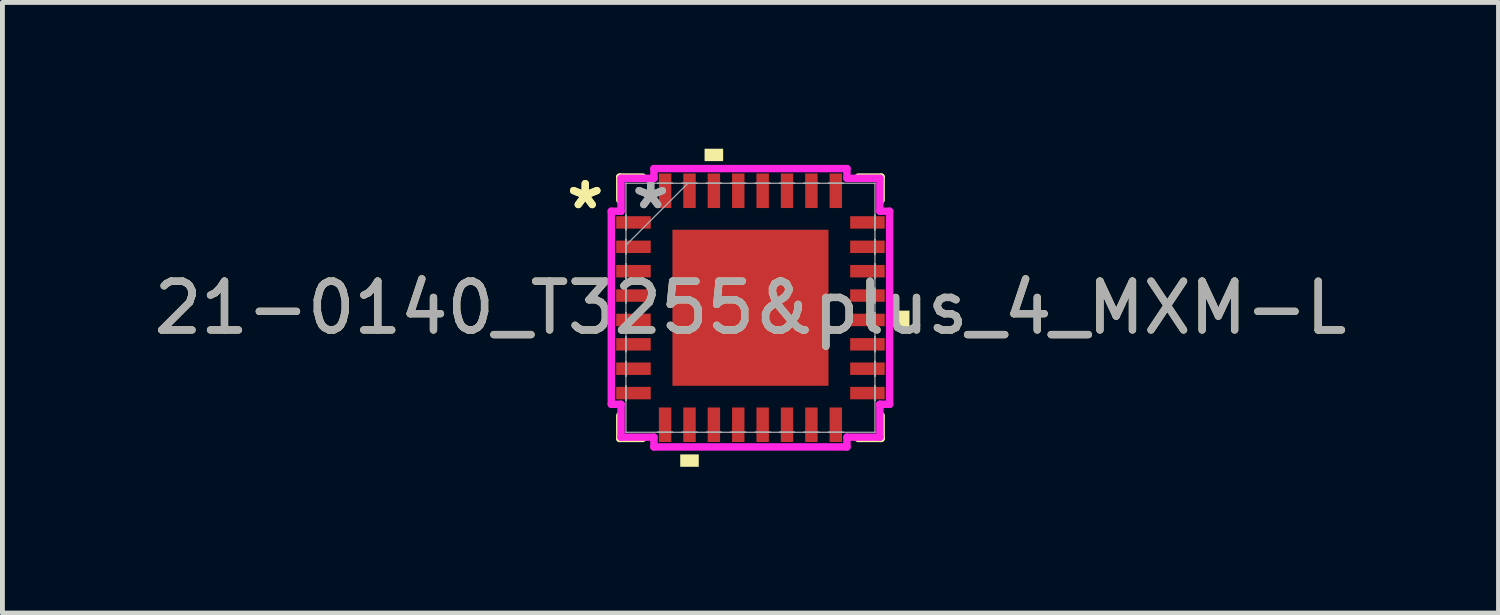
<source format=kicad_pcb>
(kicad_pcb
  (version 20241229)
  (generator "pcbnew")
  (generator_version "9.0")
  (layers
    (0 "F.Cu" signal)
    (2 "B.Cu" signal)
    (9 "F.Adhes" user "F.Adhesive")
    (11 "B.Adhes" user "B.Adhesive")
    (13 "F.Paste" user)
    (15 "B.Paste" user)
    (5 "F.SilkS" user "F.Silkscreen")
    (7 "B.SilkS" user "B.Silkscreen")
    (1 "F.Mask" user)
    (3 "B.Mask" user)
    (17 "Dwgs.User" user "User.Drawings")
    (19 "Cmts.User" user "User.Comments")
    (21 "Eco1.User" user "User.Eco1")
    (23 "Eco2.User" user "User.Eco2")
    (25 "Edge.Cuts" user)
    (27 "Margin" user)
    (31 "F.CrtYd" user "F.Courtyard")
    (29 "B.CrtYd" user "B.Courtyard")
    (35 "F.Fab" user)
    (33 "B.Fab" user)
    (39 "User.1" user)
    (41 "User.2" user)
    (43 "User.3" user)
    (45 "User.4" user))
  (footprint "21-0140_T3255&plus_4_MXM-L"
    (layer "F.Cu")
    (at 12.339 3.261)
    (property "Reference" "21-0140_T3255&plus_4_MXM-L" (at 0 0 0) (unlocked yes) (layer "F.SilkS") (effects (font (size 1 1) (thickness 0.15))))
    (attr smd)
    (fp_line (start -2.68 -2.68) (end -2.68 -2.21) (stroke (width 0.152) (type solid)) (layer "F.SilkS"))
    (fp_line (start -2.68 2.21) (end -2.68 2.68) (stroke (width 0.152) (type solid)) (layer "F.SilkS"))
    (fp_line (start -2.68 2.68) (end -2.21 2.68) (stroke (width 0.152) (type solid)) (layer "F.SilkS"))
    (fp_line (start -2.21 -2.68) (end -2.68 -2.68) (stroke (width 0.152) (type solid)) (layer "F.SilkS"))
    (fp_line (start 2.21 2.68) (end 2.68 2.68) (stroke (width 0.152) (type solid)) (layer "F.SilkS"))
    (fp_line (start 2.68 -2.68) (end 2.21 -2.68) (stroke (width 0.152) (type solid)) (layer "F.SilkS"))
    (fp_line (start 2.68 -2.21) (end 2.68 -2.68) (stroke (width 0.152) (type solid)) (layer "F.SilkS"))
    (fp_line (start 2.68 2.68) (end 2.68 2.21) (stroke (width 0.152) (type solid)) (layer "F.SilkS"))
    (fp_poly (pts (xy -1.44 3.007) (xy -1.44 3.261) (xy -1.06 3.261) (xy -1.06 3.007)) (stroke (width 0) (type solid)) (fill yes) (layer "F.SilkS"))
    (fp_poly (pts (xy -0.941 -3.007) (xy -0.941 -3.261) (xy -0.56 -3.261) (xy -0.56 -3.007)) (stroke (width 0) (type solid)) (fill yes) (layer "F.SilkS"))
    (fp_poly (pts (xy 3.261 0.059) (xy 3.261 0.441) (xy 3.007 0.441) (xy 3.007 0.059)) (stroke (width 0) (type solid)) (fill yes) (layer "F.SilkS"))
    (fp_poly (pts (xy -1.5 -1.5) (xy -1.5 -0.1) (xy -0.1 -0.1) (xy -0.1 -1.5)) (stroke (width 0) (type solid)) (fill yes) (layer "F.Paste"))
    (fp_poly (pts (xy -1.5 0.1) (xy -1.5 1.5) (xy -0.1 1.5) (xy -0.1 0.1)) (stroke (width 0) (type solid)) (fill yes) (layer "F.Paste"))
    (fp_poly (pts (xy 0.1 -1.5) (xy 0.1 -0.1) (xy 1.5 -0.1) (xy 1.5 -1.5)) (stroke (width 0) (type solid)) (fill yes) (layer "F.Paste"))
    (fp_poly (pts (xy 0.1 0.1) (xy 0.1 1.5) (xy 1.5 1.5) (xy 1.5 0.1)) (stroke (width 0) (type solid)) (fill yes) (layer "F.Paste"))
    (fp_line (start -2.854 -1.979) (end -2.654 -1.979) (stroke (width 0.152) (type solid)) (layer "F.CrtYd"))
    (fp_line (start -2.854 1.979) (end -2.854 -1.979) (stroke (width 0.152) (type solid)) (layer "F.CrtYd"))
    (fp_line (start -2.654 -2.654) (end -1.979 -2.654) (stroke (width 0.152) (type solid)) (layer "F.CrtYd"))
    (fp_line (start -2.654 -1.979) (end -2.654 -2.654) (stroke (width 0.152) (type solid)) (layer "F.CrtYd"))
    (fp_line (start -2.654 1.979) (end -2.854 1.979) (stroke (width 0.152) (type solid)) (layer "F.CrtYd"))
    (fp_line (start -2.654 2.654) (end -2.654 1.979) (stroke (width 0.152) (type solid)) (layer "F.CrtYd"))
    (fp_line (start -1.979 -2.854) (end 1.979 -2.854) (stroke (width 0.152) (type solid)) (layer "F.CrtYd"))
    (fp_line (start -1.979 -2.654) (end -1.979 -2.854) (stroke (width 0.152) (type solid)) (layer "F.CrtYd"))
    (fp_line (start -1.979 2.654) (end -2.654 2.654) (stroke (width 0.152) (type solid)) (layer "F.CrtYd"))
    (fp_line (start -1.979 2.854) (end -1.979 2.654) (stroke (width 0.152) (type solid)) (layer "F.CrtYd"))
    (fp_line (start 1.979 -2.854) (end 1.979 -2.654) (stroke (width 0.152) (type solid)) (layer "F.CrtYd"))
    (fp_line (start 1.979 -2.654) (end 2.654 -2.654) (stroke (width 0.152) (type solid)) (layer "F.CrtYd"))
    (fp_line (start 1.979 2.654) (end 1.979 2.854) (stroke (width 0.152) (type solid)) (layer "F.CrtYd"))
    (fp_line (start 1.979 2.854) (end -1.979 2.854) (stroke (width 0.152) (type solid)) (layer "F.CrtYd"))
    (fp_line (start 2.654 -2.654) (end 2.654 -1.979) (stroke (width 0.152) (type solid)) (layer "F.CrtYd"))
    (fp_line (start 2.654 -1.979) (end 2.854 -1.979) (stroke (width 0.152) (type solid)) (layer "F.CrtYd"))
    (fp_line (start 2.654 1.979) (end 2.654 2.654) (stroke (width 0.152) (type solid)) (layer "F.CrtYd"))
    (fp_line (start 2.654 2.654) (end 1.979 2.654) (stroke (width 0.152) (type solid)) (layer "F.CrtYd"))
    (fp_line (start 2.854 -1.979) (end 2.854 1.979) (stroke (width 0.152) (type solid)) (layer "F.CrtYd"))
    (fp_line (start 2.854 1.979) (end 2.654 1.979) (stroke (width 0.152) (type solid)) (layer "F.CrtYd"))
    (fp_line (start -2.553 -2.553) (end -2.553 -2.553) (stroke (width 0.025) (type solid)) (layer "F.Fab"))
    (fp_line (start -2.553 -2.553) (end -2.553 2.553) (stroke (width 0.025) (type solid)) (layer "F.Fab"))
    (fp_line (start -2.553 -1.902) (end -2.553 -1.902) (stroke (width 0.025) (type solid)) (layer "F.Fab"))
    (fp_line (start -2.553 -1.902) (end -2.553 -1.598) (stroke (width 0.025) (type solid)) (layer "F.Fab"))
    (fp_line (start -2.553 -1.598) (end -2.553 -1.902) (stroke (width 0.025) (type solid)) (layer "F.Fab"))
    (fp_line (start -2.553 -1.598) (end -2.553 -1.598) (stroke (width 0.025) (type solid)) (layer "F.Fab"))
    (fp_line (start -2.553 -1.402) (end -2.553 -1.402) (stroke (width 0.025) (type solid)) (layer "F.Fab"))
    (fp_line (start -2.553 -1.402) (end -2.553 -1.098) (stroke (width 0.025) (type solid)) (layer "F.Fab"))
    (fp_line (start -2.553 -1.283) (end -1.283 -2.553) (stroke (width 0.025) (type solid)) (layer "F.Fab"))
    (fp_line (start -2.553 -1.098) (end -2.553 -1.402) (stroke (width 0.025) (type solid)) (layer "F.Fab"))
    (fp_line (start -2.553 -1.098) (end -2.553 -1.098) (stroke (width 0.025) (type solid)) (layer "F.Fab"))
    (fp_line (start -2.553 -0.902) (end -2.553 -0.902) (stroke (width 0.025) (type solid)) (layer "F.Fab"))
    (fp_line (start -2.553 -0.902) (end -2.553 -0.598) (stroke (width 0.025) (type solid)) (layer "F.Fab"))
    (fp_line (start -2.553 -0.598) (end -2.553 -0.902) (stroke (width 0.025) (type solid)) (layer "F.Fab"))
    (fp_line (start -2.553 -0.598) (end -2.553 -0.598) (stroke (width 0.025) (type solid)) (layer "F.Fab"))
    (fp_line (start -2.553 -0.402) (end -2.553 -0.402) (stroke (width 0.025) (type solid)) (layer "F.Fab"))
    (fp_line (start -2.553 -0.402) (end -2.553 -0.098) (stroke (width 0.025) (type solid)) (layer "F.Fab"))
    (fp_line (start -2.553 -0.098) (end -2.553 -0.402) (stroke (width 0.025) (type solid)) (layer "F.Fab"))
    (fp_line (start -2.553 -0.098) (end -2.553 -0.098) (stroke (width 0.025) (type solid)) (layer "F.Fab"))
    (fp_line (start -2.553 0.098) (end -2.553 0.098) (stroke (width 0.025) (type solid)) (layer "F.Fab"))
    (fp_line (start -2.553 0.098) (end -2.553 0.402) (stroke (width 0.025) (type solid)) (layer "F.Fab"))
    (fp_line (start -2.553 0.402) (end -2.553 0.098) (stroke (width 0.025) (type solid)) (layer "F.Fab"))
    (fp_line (start -2.553 0.402) (end -2.553 0.402) (stroke (width 0.025) (type solid)) (layer "F.Fab"))
    (fp_line (start -2.553 0.598) (end -2.553 0.598) (stroke (width 0.025) (type solid)) (layer "F.Fab"))
    (fp_line (start -2.553 0.598) (end -2.553 0.902) (stroke (width 0.025) (type solid)) (layer "F.Fab"))
    (fp_line (start -2.553 0.902) (end -2.553 0.598) (stroke (width 0.025) (type solid)) (layer "F.Fab"))
    (fp_line (start -2.553 0.902) (end -2.553 0.902) (stroke (width 0.025) (type solid)) (layer "F.Fab"))
    (fp_line (start -2.553 1.098) (end -2.553 1.098) (stroke (width 0.025) (type solid)) (layer "F.Fab"))
    (fp_line (start -2.553 1.098) (end -2.553 1.402) (stroke (width 0.025) (type solid)) (layer "F.Fab"))
    (fp_line (start -2.553 1.402) (end -2.553 1.098) (stroke (width 0.025) (type solid)) (layer "F.Fab"))
    (fp_line (start -2.553 1.402) (end -2.553 1.402) (stroke (width 0.025) (type solid)) (layer "F.Fab"))
    (fp_line (start -2.553 1.598) (end -2.553 1.598) (stroke (width 0.025) (type solid)) (layer "F.Fab"))
    (fp_line (start -2.553 1.598) (end -2.553 1.902) (stroke (width 0.025) (type solid)) (layer "F.Fab"))
    (fp_line (start -2.553 1.902) (end -2.553 1.598) (stroke (width 0.025) (type solid)) (layer "F.Fab"))
    (fp_line (start -2.553 1.902) (end -2.553 1.902) (stroke (width 0.025) (type solid)) (layer "F.Fab"))
    (fp_line (start -2.553 2.553) (end -2.553 2.553) (stroke (width 0.025) (type solid)) (layer "F.Fab"))
    (fp_line (start -2.553 2.553) (end 2.553 2.553) (stroke (width 0.025) (type solid)) (layer "F.Fab"))
    (fp_line (start -1.902 -2.553) (end -1.902 -2.553) (stroke (width 0.025) (type solid)) (layer "F.Fab"))
    (fp_line (start -1.902 -2.553) (end -1.598 -2.553) (stroke (width 0.025) (type solid)) (layer "F.Fab"))
    (fp_line (start -1.902 2.553) (end -1.902 2.553) (stroke (width 0.025) (type solid)) (layer "F.Fab"))
    (fp_line (start -1.902 2.553) (end -1.598 2.553) (stroke (width 0.025) (type solid)) (layer "F.Fab"))
    (fp_line (start -1.598 -2.553) (end -1.902 -2.553) (stroke (width 0.025) (type solid)) (layer "F.Fab"))
    (fp_line (start -1.598 -2.553) (end -1.598 -2.553) (stroke (width 0.025) (type solid)) (layer "F.Fab"))
    (fp_line (start -1.598 2.553) (end -1.902 2.553) (stroke (width 0.025) (type solid)) (layer "F.Fab"))
    (fp_line (start -1.598 2.553) (end -1.598 2.553) (stroke (width 0.025) (type solid)) (layer "F.Fab"))
    (fp_line (start -1.402 -2.553) (end -1.402 -2.553) (stroke (width 0.025) (type solid)) (layer "F.Fab"))
    (fp_line (start -1.402 -2.553) (end -1.098 -2.553) (stroke (width 0.025) (type solid)) (layer "F.Fab"))
    (fp_line (start -1.402 2.553) (end -1.402 2.553) (stroke (width 0.025) (type solid)) (layer "F.Fab"))
    (fp_line (start -1.402 2.553) (end -1.098 2.553) (stroke (width 0.025) (type solid)) (layer "F.Fab"))
    (fp_line (start -1.098 -2.553) (end -1.402 -2.553) (stroke (width 0.025) (type solid)) (layer "F.Fab"))
    (fp_line (start -1.098 -2.553) (end -1.098 -2.553) (stroke (width 0.025) (type solid)) (layer "F.Fab"))
    (fp_line (start -1.098 2.553) (end -1.402 2.553) (stroke (width 0.025) (type solid)) (layer "F.Fab"))
    (fp_line (start -1.098 2.553) (end -1.098 2.553) (stroke (width 0.025) (type solid)) (layer "F.Fab"))
    (fp_line (start -0.902 -2.553) (end -0.902 -2.553) (stroke (width 0.025) (type solid)) (layer "F.Fab"))
    (fp_line (start -0.902 -2.553) (end -0.598 -2.553) (stroke (width 0.025) (type solid)) (layer "F.Fab"))
    (fp_line (start -0.902 2.553) (end -0.902 2.553) (stroke (width 0.025) (type solid)) (layer "F.Fab"))
    (fp_line (start -0.902 2.553) (end -0.598 2.553) (stroke (width 0.025) (type solid)) (layer "F.Fab"))
    (fp_line (start -0.598 -2.553) (end -0.902 -2.553) (stroke (width 0.025) (type solid)) (layer "F.Fab"))
    (fp_line (start -0.598 -2.553) (end -0.598 -2.553) (stroke (width 0.025) (type solid)) (layer "F.Fab"))
    (fp_line (start -0.598 2.553) (end -0.902 2.553) (stroke (width 0.025) (type solid)) (layer "F.Fab"))
    (fp_line (start -0.598 2.553) (end -0.598 2.553) (stroke (width 0.025) (type solid)) (layer "F.Fab"))
    (fp_line (start -0.402 -2.553) (end -0.402 -2.553) (stroke (width 0.025) (type solid)) (layer "F.Fab"))
    (fp_line (start -0.402 -2.553) (end -0.098 -2.553) (stroke (width 0.025) (type solid)) (layer "F.Fab"))
    (fp_line (start -0.402 2.553) (end -0.402 2.553) (stroke (width 0.025) (type solid)) (layer "F.Fab"))
    (fp_line (start -0.402 2.553) (end -0.098 2.553) (stroke (width 0.025) (type solid)) (layer "F.Fab"))
    (fp_line (start -0.098 -2.553) (end -0.402 -2.553) (stroke (width 0.025) (type solid)) (layer "F.Fab"))
    (fp_line (start -0.098 -2.553) (end -0.098 -2.553) (stroke (width 0.025) (type solid)) (layer "F.Fab"))
    (fp_line (start -0.098 2.553) (end -0.402 2.553) (stroke (width 0.025) (type solid)) (layer "F.Fab"))
    (fp_line (start -0.098 2.553) (end -0.098 2.553) (stroke (width 0.025) (type solid)) (layer "F.Fab"))
    (fp_line (start 0.098 -2.553) (end 0.098 -2.553) (stroke (width 0.025) (type solid)) (layer "F.Fab"))
    (fp_line (start 0.098 -2.553) (end 0.402 -2.553) (stroke (width 0.025) (type solid)) (layer "F.Fab"))
    (fp_line (start 0.098 2.553) (end 0.098 2.553) (stroke (width 0.025) (type solid)) (layer "F.Fab"))
    (fp_line (start 0.098 2.553) (end 0.402 2.553) (stroke (width 0.025) (type solid)) (layer "F.Fab"))
    (fp_line (start 0.402 -2.553) (end 0.098 -2.553) (stroke (width 0.025) (type solid)) (layer "F.Fab"))
    (fp_line (start 0.402 -2.553) (end 0.402 -2.553) (stroke (width 0.025) (type solid)) (layer "F.Fab"))
    (fp_line (start 0.402 2.553) (end 0.098 2.553) (stroke (width 0.025) (type solid)) (layer "F.Fab"))
    (fp_line (start 0.402 2.553) (end 0.402 2.553) (stroke (width 0.025) (type solid)) (layer "F.Fab"))
    (fp_line (start 0.598 -2.553) (end 0.598 -2.553) (stroke (width 0.025) (type solid)) (layer "F.Fab"))
    (fp_line (start 0.598 -2.553) (end 0.902 -2.553) (stroke (width 0.025) (type solid)) (layer "F.Fab"))
    (fp_line (start 0.598 2.553) (end 0.598 2.553) (stroke (width 0.025) (type solid)) (layer "F.Fab"))
    (fp_line (start 0.598 2.553) (end 0.902 2.553) (stroke (width 0.025) (type solid)) (layer "F.Fab"))
    (fp_line (start 0.902 -2.553) (end 0.598 -2.553) (stroke (width 0.025) (type solid)) (layer "F.Fab"))
    (fp_line (start 0.902 -2.553) (end 0.902 -2.553) (stroke (width 0.025) (type solid)) (layer "F.Fab"))
    (fp_line (start 0.902 2.553) (end 0.598 2.553) (stroke (width 0.025) (type solid)) (layer "F.Fab"))
    (fp_line (start 0.902 2.553) (end 0.902 2.553) (stroke (width 0.025) (type solid)) (layer "F.Fab"))
    (fp_line (start 1.098 -2.553) (end 1.098 -2.553) (stroke (width 0.025) (type solid)) (layer "F.Fab"))
    (fp_line (start 1.098 -2.553) (end 1.402 -2.553) (stroke (width 0.025) (type solid)) (layer "F.Fab"))
    (fp_line (start 1.098 2.553) (end 1.098 2.553) (stroke (width 0.025) (type solid)) (layer "F.Fab"))
    (fp_line (start 1.098 2.553) (end 1.402 2.553) (stroke (width 0.025) (type solid)) (layer "F.Fab"))
    (fp_line (start 1.402 -2.553) (end 1.098 -2.553) (stroke (width 0.025) (type solid)) (layer "F.Fab"))
    (fp_line (start 1.402 -2.553) (end 1.402 -2.553) (stroke (width 0.025) (type solid)) (layer "F.Fab"))
    (fp_line (start 1.402 2.553) (end 1.098 2.553) (stroke (width 0.025) (type solid)) (layer "F.Fab"))
    (fp_line (start 1.402 2.553) (end 1.402 2.553) (stroke (width 0.025) (type solid)) (layer "F.Fab"))
    (fp_line (start 1.598 -2.553) (end 1.598 -2.553) (stroke (width 0.025) (type solid)) (layer "F.Fab"))
    (fp_line (start 1.598 -2.553) (end 1.902 -2.553) (stroke (width 0.025) (type solid)) (layer "F.Fab"))
    (fp_line (start 1.598 2.553) (end 1.598 2.553) (stroke (width 0.025) (type solid)) (layer "F.Fab"))
    (fp_line (start 1.598 2.553) (end 1.902 2.553) (stroke (width 0.025) (type solid)) (layer "F.Fab"))
    (fp_line (start 1.902 -2.553) (end 1.598 -2.553) (stroke (width 0.025) (type solid)) (layer "F.Fab"))
    (fp_line (start 1.902 -2.553) (end 1.902 -2.553) (stroke (width 0.025) (type solid)) (layer "F.Fab"))
    (fp_line (start 1.902 2.553) (end 1.598 2.553) (stroke (width 0.025) (type solid)) (layer "F.Fab"))
    (fp_line (start 1.902 2.553) (end 1.902 2.553) (stroke (width 0.025) (type solid)) (layer "F.Fab"))
    (fp_line (start 2.553 -2.553) (end -2.553 -2.553) (stroke (width 0.025) (type solid)) (layer "F.Fab"))
    (fp_line (start 2.553 -2.553) (end 2.553 -2.553) (stroke (width 0.025) (type solid)) (layer "F.Fab"))
    (fp_line (start 2.553 -1.902) (end 2.553 -1.902) (stroke (width 0.025) (type solid)) (layer "F.Fab"))
    (fp_line (start 2.553 -1.902) (end 2.553 -1.598) (stroke (width 0.025) (type solid)) (layer "F.Fab"))
    (fp_line (start 2.553 -1.598) (end 2.553 -1.902) (stroke (width 0.025) (type solid)) (layer "F.Fab"))
    (fp_line (start 2.553 -1.598) (end 2.553 -1.598) (stroke (width 0.025) (type solid)) (layer "F.Fab"))
    (fp_line (start 2.553 -1.402) (end 2.553 -1.402) (stroke (width 0.025) (type solid)) (layer "F.Fab"))
    (fp_line (start 2.553 -1.402) (end 2.553 -1.098) (stroke (width 0.025) (type solid)) (layer "F.Fab"))
    (fp_line (start 2.553 -1.098) (end 2.553 -1.402) (stroke (width 0.025) (type solid)) (layer "F.Fab"))
    (fp_line (start 2.553 -1.098) (end 2.553 -1.098) (stroke (width 0.025) (type solid)) (layer "F.Fab"))
    (fp_line (start 2.553 -0.902) (end 2.553 -0.902) (stroke (width 0.025) (type solid)) (layer "F.Fab"))
    (fp_line (start 2.553 -0.902) (end 2.553 -0.598) (stroke (width 0.025) (type solid)) (layer "F.Fab"))
    (fp_line (start 2.553 -0.598) (end 2.553 -0.902) (stroke (width 0.025) (type solid)) (layer "F.Fab"))
    (fp_line (start 2.553 -0.598) (end 2.553 -0.598) (stroke (width 0.025) (type solid)) (layer "F.Fab"))
    (fp_line (start 2.553 -0.402) (end 2.553 -0.402) (stroke (width 0.025) (type solid)) (layer "F.Fab"))
    (fp_line (start 2.553 -0.402) (end 2.553 -0.098) (stroke (width 0.025) (type solid)) (layer "F.Fab"))
    (fp_line (start 2.553 -0.098) (end 2.553 -0.402) (stroke (width 0.025) (type solid)) (layer "F.Fab"))
    (fp_line (start 2.553 -0.098) (end 2.553 -0.098) (stroke (width 0.025) (type solid)) (layer "F.Fab"))
    (fp_line (start 2.553 0.098) (end 2.553 0.098) (stroke (width 0.025) (type solid)) (layer "F.Fab"))
    (fp_line (start 2.553 0.098) (end 2.553 0.402) (stroke (width 0.025) (type solid)) (layer "F.Fab"))
    (fp_line (start 2.553 0.402) (end 2.553 0.098) (stroke (width 0.025) (type solid)) (layer "F.Fab"))
    (fp_line (start 2.553 0.402) (end 2.553 0.402) (stroke (width 0.025) (type solid)) (layer "F.Fab"))
    (fp_line (start 2.553 0.598) (end 2.553 0.598) (stroke (width 0.025) (type solid)) (layer "F.Fab"))
    (fp_line (start 2.553 0.598) (end 2.553 0.902) (stroke (width 0.025) (type solid)) (layer "F.Fab"))
    (fp_line (start 2.553 0.902) (end 2.553 0.598) (stroke (width 0.025) (type solid)) (layer "F.Fab"))
    (fp_line (start 2.553 0.902) (end 2.553 0.902) (stroke (width 0.025) (type solid)) (layer "F.Fab"))
    (fp_line (start 2.553 1.098) (end 2.553 1.098) (stroke (width 0.025) (type solid)) (layer "F.Fab"))
    (fp_line (start 2.553 1.098) (end 2.553 1.402) (stroke (width 0.025) (type solid)) (layer "F.Fab"))
    (fp_line (start 2.553 1.402) (end 2.553 1.098) (stroke (width 0.025) (type solid)) (layer "F.Fab"))
    (fp_line (start 2.553 1.402) (end 2.553 1.402) (stroke (width 0.025) (type solid)) (layer "F.Fab"))
    (fp_line (start 2.553 1.598) (end 2.553 1.598) (stroke (width 0.025) (type solid)) (layer "F.Fab"))
    (fp_line (start 2.553 1.598) (end 2.553 1.902) (stroke (width 0.025) (type solid)) (layer "F.Fab"))
    (fp_line (start 2.553 1.902) (end 2.553 1.598) (stroke (width 0.025) (type solid)) (layer "F.Fab"))
    (fp_line (start 2.553 1.902) (end 2.553 1.902) (stroke (width 0.025) (type solid)) (layer "F.Fab"))
    (fp_line (start 2.553 2.553) (end 2.553 -2.553) (stroke (width 0.025) (type solid)) (layer "F.Fab"))
    (fp_line (start 2.553 2.553) (end 2.553 2.553) (stroke (width 0.025) (type solid)) (layer "F.Fab"))
    (fp_text user "*" (at -3.388 -2 0) (unlocked yes) (layer "F.SilkS") (effects (font (size 1 1) (thickness 0.15))))
    (fp_text user "*" (at -3.388 -2 0) (layer "F.SilkS") (effects (font (size 1 1) (thickness 0.15))))
    (fp_text user "*" (at -2.045 -2 0) (layer "F.Fab") (effects (font (size 1 1) (thickness 0.15))))
    (fp_text user "*" (at -2.045 -2 0) (unlocked yes) (layer "F.Fab") (effects (font (size 1 1) (thickness 0.15))))
    (fp_text user "${REFERENCE}" (at 0 0 0) (unlocked yes) (layer "F.Fab") (effects (font (size 1 1) (thickness 0.15))))
    (pad "1" smd rect (at -2.399 -1.75 90) (size 0.255 0.708) (layers "F.Cu" "F.Mask" "F.Paste"))
    (pad "2" smd rect (at -2.399 -1.25 90) (size 0.255 0.708) (layers "F.Cu" "F.Mask" "F.Paste"))
    (pad "3" smd rect (at -2.399 -0.75 90) (size 0.255 0.708) (layers "F.Cu" "F.Mask" "F.Paste"))
    (pad "4" smd rect (at -2.399 -0.25 90) (size 0.255 0.708) (layers "F.Cu" "F.Mask" "F.Paste"))
    (pad "5" smd rect (at -2.399 0.25 90) (size 0.255 0.708) (layers "F.Cu" "F.Mask" "F.Paste"))
    (pad "6" smd rect (at -2.399 0.75 90) (size 0.255 0.708) (layers "F.Cu" "F.Mask" "F.Paste"))
    (pad "7" smd rect (at -2.399 1.25 90) (size 0.255 0.708) (layers "F.Cu" "F.Mask" "F.Paste"))
    (pad "8" smd rect (at -2.399 1.75 90) (size 0.255 0.708) (layers "F.Cu" "F.Mask" "F.Paste"))
    (pad "9" smd rect (at -1.75 2.399) (size 0.255 0.708) (layers "F.Cu" "F.Mask" "F.Paste"))
    (pad "10" smd rect (at -1.25 2.399) (size 0.255 0.708) (layers "F.Cu" "F.Mask" "F.Paste"))
    (pad "11" smd rect (at -0.75 2.399) (size 0.255 0.708) (layers "F.Cu" "F.Mask" "F.Paste"))
    (pad "12" smd rect (at -0.25 2.399) (size 0.255 0.708) (layers "F.Cu" "F.Mask" "F.Paste"))
    (pad "13" smd rect (at 0.25 2.399) (size 0.255 0.708) (layers "F.Cu" "F.Mask" "F.Paste"))
    (pad "14" smd rect (at 0.75 2.399) (size 0.255 0.708) (layers "F.Cu" "F.Mask" "F.Paste"))
    (pad "15" smd rect (at 1.25 2.399) (size 0.255 0.708) (layers "F.Cu" "F.Mask" "F.Paste"))
    (pad "16" smd rect (at 1.75 2.399) (size 0.255 0.708) (layers "F.Cu" "F.Mask" "F.Paste"))
    (pad "17" smd rect (at 2.399 1.75 90) (size 0.255 0.708) (layers "F.Cu" "F.Mask" "F.Paste"))
    (pad "18" smd rect (at 2.399 1.25 90) (size 0.255 0.708) (layers "F.Cu" "F.Mask" "F.Paste"))
    (pad "19" smd rect (at 2.399 0.75 90) (size 0.255 0.708) (layers "F.Cu" "F.Mask" "F.Paste"))
    (pad "20" smd rect (at 2.399 0.25 90) (size 0.255 0.708) (layers "F.Cu" "F.Mask" "F.Paste"))
    (pad "21" smd rect (at 2.399 -0.25 90) (size 0.255 0.708) (layers "F.Cu" "F.Mask" "F.Paste"))
    (pad "22" smd rect (at 2.399 -0.75 90) (size 0.255 0.708) (layers "F.Cu" "F.Mask" "F.Paste"))
    (pad "23" smd rect (at 2.399 -1.25 90) (size 0.255 0.708) (layers "F.Cu" "F.Mask" "F.Paste"))
    (pad "24" smd rect (at 2.399 -1.75 90) (size 0.255 0.708) (layers "F.Cu" "F.Mask" "F.Paste"))
    (pad "25" smd rect (at 1.75 -2.399) (size 0.255 0.708) (layers "F.Cu" "F.Mask" "F.Paste"))
    (pad "26" smd rect (at 1.25 -2.399) (size 0.255 0.708) (layers "F.Cu" "F.Mask" "F.Paste"))
    (pad "27" smd rect (at 0.75 -2.399) (size 0.255 0.708) (layers "F.Cu" "F.Mask" "F.Paste"))
    (pad "28" smd rect (at 0.25 -2.399) (size 0.255 0.708) (layers "F.Cu" "F.Mask" "F.Paste"))
    (pad "29" smd rect (at -0.25 -2.399) (size 0.255 0.708) (layers "F.Cu" "F.Mask" "F.Paste"))
    (pad "30" smd rect (at -0.75 -2.399) (size 0.255 0.708) (layers "F.Cu" "F.Mask" "F.Paste"))
    (pad "31" smd rect (at -1.25 -2.399) (size 0.255 0.708) (layers "F.Cu" "F.Mask" "F.Paste"))
    (pad "32" smd rect (at -1.75 -2.399) (size 0.255 0.708) (layers "F.Cu" "F.Mask" "F.Paste"))
    (pad "33" smd rect (at 0 0) (size 3.2 3.2) (layers "F.Cu" "F.Mask" "F.Paste")))
  (gr_rect
    (start -3 -3)
    (end 27.679 9.521)
    (stroke (width 0.1) (type default))
    (fill no)
    (layer "Edge.Cuts")))
</source>
